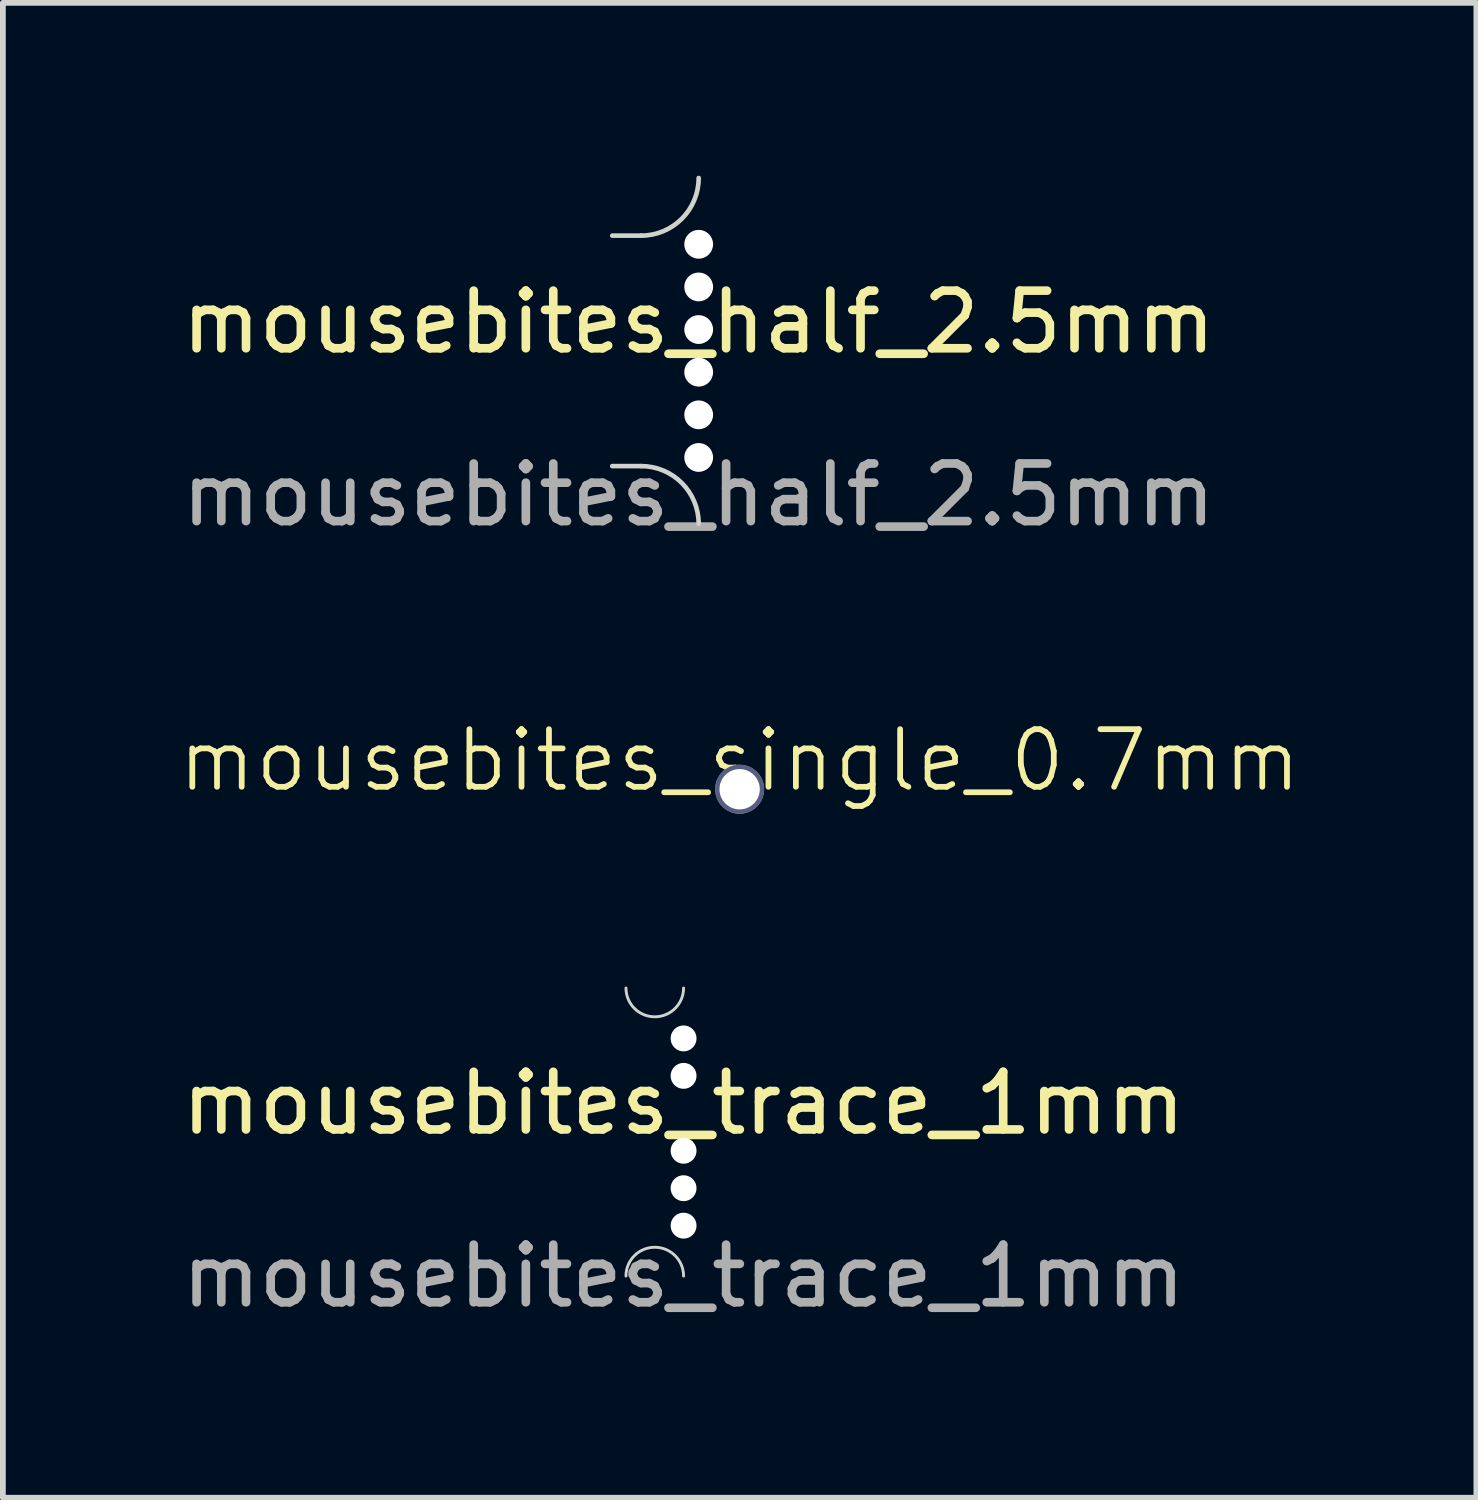
<source format=kicad_pcb>
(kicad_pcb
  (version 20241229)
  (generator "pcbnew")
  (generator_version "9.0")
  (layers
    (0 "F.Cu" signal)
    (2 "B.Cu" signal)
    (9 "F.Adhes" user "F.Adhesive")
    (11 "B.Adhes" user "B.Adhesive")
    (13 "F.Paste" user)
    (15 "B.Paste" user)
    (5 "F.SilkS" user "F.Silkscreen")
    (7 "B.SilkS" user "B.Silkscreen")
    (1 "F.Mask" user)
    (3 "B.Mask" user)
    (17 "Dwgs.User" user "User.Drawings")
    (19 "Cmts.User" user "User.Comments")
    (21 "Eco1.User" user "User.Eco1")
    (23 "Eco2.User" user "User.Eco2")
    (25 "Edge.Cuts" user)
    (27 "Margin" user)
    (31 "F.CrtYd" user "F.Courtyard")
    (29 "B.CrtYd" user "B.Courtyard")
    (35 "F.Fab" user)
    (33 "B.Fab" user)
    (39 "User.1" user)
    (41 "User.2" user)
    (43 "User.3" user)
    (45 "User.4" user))
  (footprint "mousebites_half_2.5mm"
    (layer "F.Cu")
    (at 9.077 3.04)
    (property "Reference" "mousebites_half_2.5mm" (at 0 -0.5 0) (unlocked yes) (layer "F.SilkS") (effects (font (size 1 1) (thickness 0.15))))
    (attr through_hole board_only exclude_from_pos_files exclude_from_bom)
    (fp_line (start -1.5 -2) (end -1 -2) (stroke (width 0.08) (type solid)) (layer "Edge.Cuts"))
    (fp_line (start -1 2) (end -1.5 2) (stroke (width 0.08) (type solid)) (layer "Edge.Cuts"))
    (fp_arc (start -1.000003 1.999997) (mid -0.292894 2.292888) (end -0.000006 2.999994) (stroke (width 0.08) (type solid)) (layer "Edge.Cuts"))
    (fp_arc (start -0.000003 -3.000003) (mid -0.292894 -2.292896) (end -1 -2.000006) (stroke (width 0.08) (type solid)) (layer "Edge.Cuts"))
    (fp_text user "${REFERENCE}" (at 0 2.5 0) (unlocked yes) (layer "F.Fab") (effects (font (size 1 1) (thickness 0.15))))
    (pad "" np_thru_hole circle (at -0.000003 -1.85) (size 0.5 0.5) (drill 0.5) (layers "*.Cu" "*.Mask"))
    (pad "" np_thru_hole circle (at -0.000003 -1.11) (size 0.5 0.5) (drill 0.5) (layers "*.Cu" "*.Mask"))
    (pad "" np_thru_hole circle (at -0.000003 -0.37) (size 0.5 0.5) (drill 0.5) (layers "*.Cu" "*.Mask"))
    (pad "" np_thru_hole circle (at -0.000003 0.37) (size 0.5 0.5) (drill 0.5) (layers "*.Cu" "*.Mask"))
    (pad "" np_thru_hole circle (at -0.000003 1.11) (size 0.5 0.5) (drill 0.5) (layers "*.Cu" "*.Mask"))
    (pad "" np_thru_hole circle (at -0.000003 1.85) (size 0.5 0.5) (drill 0.5) (layers "*.Cu" "*.Mask")))
  (footprint "mousebites_single_0.7mm"
    (layer "F.Cu")
    (at 9.788 10.649)
    (property "Reference" "mousebites_single_0.7mm" (at 0 -0.5 0) (unlocked yes) (layer "F.SilkS") (effects (font (size 1 1) (thickness 0.1))))
    (attr through_hole board_only exclude_from_pos_files exclude_from_bom)
    (fp_circle (center 0 0) (end 0.35 0) (stroke (width 0.15) (type default)) (fill no) (layer "B.Fab"))
    (fp_circle (center 0 0) (end 0.35 0) (stroke (width 0.15) (type default)) (fill no) (layer "F.Fab"))
    (pad "" np_thru_hole circle (at 0 0) (size 0.7 0.7) (drill 0.7) (layers "*.Cu" "*.Mask")))
  (footprint "mousebites_trace_1mm"
    (layer "F.Cu")
    (at 8.815 16.599)
    (property "Reference" "mousebites_trace_1mm" (at 0 -0.5 0) (unlocked yes) (layer "F.SilkS") (effects (font (size 1 1) (thickness 0.15))))
    (attr through_hole board_only exclude_from_pos_files exclude_from_bom)
    (fp_arc (start -1 2.5) (mid -0.5 2) (end 0 2.5) (stroke (width 0.05) (type solid)) (layer "Edge.Cuts"))
    (fp_arc (start 0 -2.5) (mid -0.5 -2) (end -1 -2.5) (stroke (width 0.05) (type solid)) (layer "Edge.Cuts"))
    (fp_text user "${REFERENCE}" (at 0 2.5 0) (unlocked yes) (layer "F.Fab") (effects (font (size 1 1) (thickness 0.15))))
    (pad "" np_thru_hole circle (at 0 -1.625) (size 0.45 0.45) (drill 0.45) (layers "*.Cu" "*.Mask"))
    (pad "" np_thru_hole circle (at 0 -0.975) (size 0.45 0.45) (drill 0.45) (layers "*.Cu" "*.Mask"))
    (pad "" np_thru_hole circle (at 0 0.325) (size 0.45 0.45) (drill 0.45) (layers "*.Cu" "*.Mask"))
    (pad "" np_thru_hole circle (at 0 0.975) (size 0.45 0.45) (drill 0.45) (layers "*.Cu" "*.Mask"))
    (pad "" np_thru_hole circle (at 0 1.625) (size 0.45 0.45) (drill 0.45) (layers "*.Cu" "*.Mask")))
  (gr_rect
    (start -3 -3)
    (end 22.576 22.947)
    (stroke (width 0.1) (type default))
    (fill no)
    (layer "Edge.Cuts")))
</source>
